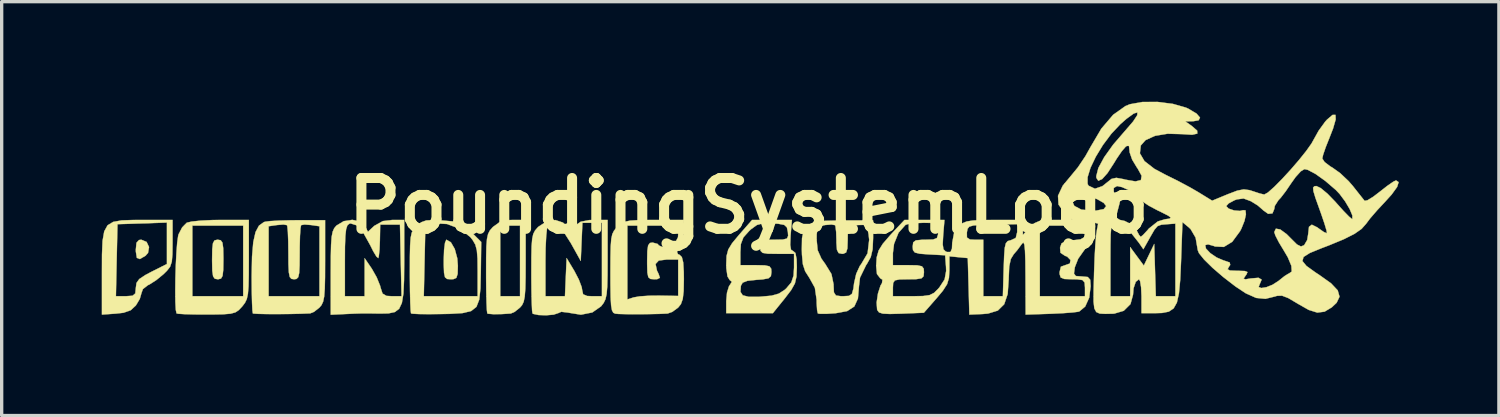
<source format=kicad_pcb>
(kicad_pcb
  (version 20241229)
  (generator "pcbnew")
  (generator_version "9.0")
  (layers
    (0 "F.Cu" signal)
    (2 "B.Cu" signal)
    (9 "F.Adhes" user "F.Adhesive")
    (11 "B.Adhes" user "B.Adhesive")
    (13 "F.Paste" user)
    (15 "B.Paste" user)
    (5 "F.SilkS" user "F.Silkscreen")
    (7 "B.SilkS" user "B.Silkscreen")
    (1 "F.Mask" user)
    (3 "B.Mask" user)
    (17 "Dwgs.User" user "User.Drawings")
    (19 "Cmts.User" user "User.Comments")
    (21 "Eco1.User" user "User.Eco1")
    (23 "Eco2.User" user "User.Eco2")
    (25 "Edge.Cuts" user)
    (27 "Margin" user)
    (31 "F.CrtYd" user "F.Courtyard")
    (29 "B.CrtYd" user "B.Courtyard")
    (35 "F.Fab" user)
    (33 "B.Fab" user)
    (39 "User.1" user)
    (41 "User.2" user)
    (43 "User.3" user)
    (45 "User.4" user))
  (footprint "PoundingSystemLogo"
    (layer "F.Cu")
    (at 19.394 3.119)
    (property "Reference" "PoundingSystemLogo" (at 0 0 0) (layer "F.SilkS") (effects (font (size 1.524 1.524) (thickness 0.3))))
    (attr through_hole)
    (fp_poly (pts (xy -18.05 1.082) (xy -17.977 1.236) (xy -18.007 1.41) (xy -18.082 1.496) (xy -18.253 1.595) (xy -18.342 1.559) (xy -18.372 1.374) (xy -18.373 1.312) (xy -18.353 1.107) (xy -18.278 1.025) (xy -18.209 1.016) (xy -18.05 1.082)) (stroke (width 0.01) (type solid)) (fill yes) (layer "F.SilkS"))
    (fp_poly (pts (xy -8.93 1.093) (xy -8.814 1.294) (xy -8.739 1.572) (xy -8.721 1.797) (xy -8.728 2.041) (xy -8.767 2.16) (xy -8.859 2.199) (xy -8.932 2.201) (xy -9.043 2.193) (xy -9.106 2.142) (xy -9.135 2.012) (xy -9.144 1.767) (xy -9.144 1.609) (xy -9.134 1.317) (xy -9.106 1.105) (xy -9.067 1.016) (xy -9.064 1.016) (xy -8.93 1.093)) (stroke (width 0.01) (type solid)) (fill yes) (layer "F.SilkS"))
    (fp_poly (pts (xy -15.828 1.032) (xy -15.777 1.104) (xy -15.754 1.269) (xy -15.748 1.561) (xy -15.748 1.609) (xy -15.753 1.92) (xy -15.773 2.099) (xy -15.82 2.18) (xy -15.904 2.201) (xy -15.917 2.201) (xy -16.006 2.185) (xy -16.057 2.113) (xy -16.081 1.949) (xy -16.087 1.656) (xy -16.087 1.609) (xy -16.082 1.297) (xy -16.061 1.119) (xy -16.015 1.037) (xy -15.931 1.016) (xy -15.917 1.016) (xy -15.828 1.032)) (stroke (width 0.01) (type solid)) (fill yes) (layer "F.SilkS"))
    (fp_poly (pts (xy -6.689 1.651) (xy -6.691 2.137) (xy -6.699 2.483) (xy -6.717 2.718) (xy -6.748 2.873) (xy -6.796 2.975) (xy -6.858 3.048) (xy -7.018 3.177) (xy -7.133 3.227) (xy -7.41 3.245) (xy -7.655 3.248) (xy -7.812 3.235) (xy -7.839 3.224) (xy -7.851 3.132) (xy -7.862 2.901) (xy -7.87 2.564) (xy -7.874 2.153) (xy -7.874 2.014) (xy -7.873 1.545) (xy -7.866 1.214) (xy -7.848 0.991) (xy -7.815 0.843) (xy -7.763 0.74) (xy -7.686 0.651) (xy -7.666 0.631) (xy -7.613 0.593) (xy -7.451 0.593) (xy -7.451 2.709) (xy -6.858 2.709) (xy -6.858 0.593) (xy -7.451 0.593) (xy -7.613 0.593) (xy -7.467 0.486) (xy -7.215 0.428) (xy -7.074 0.423) (xy -6.689 0.423) (xy -6.689 1.651)) (stroke (width 0.01) (type solid)) (fill yes) (layer "F.SilkS"))
    (fp_poly (pts (xy -14.986 1.604) (xy -14.988 2.076) (xy -14.995 2.41) (xy -15.014 2.639) (xy -15.047 2.794) (xy -15.101 2.906) (xy -15.178 3.008) (xy -15.188 3.02) (xy -15.288 3.126) (xy -15.391 3.194) (xy -15.535 3.233) (xy -15.76 3.251) (xy -16.103 3.257) (xy -16.253 3.257) (xy -16.617 3.255) (xy -16.913 3.247) (xy -17.102 3.235) (xy -17.152 3.224) (xy -17.175 3.118) (xy -17.188 2.882) (xy -17.191 2.554) (xy -17.187 2.173) (xy -17.175 1.779) (xy -17.156 1.409) (xy -17.133 1.102) (xy -17.104 0.897) (xy -17.094 0.858) (xy -16.984 0.646) (xy -16.932 0.593) (xy -16.679 0.593) (xy -16.679 2.709) (xy -15.155 2.709) (xy -15.155 0.593) (xy -16.679 0.593) (xy -16.932 0.593) (xy -16.848 0.508) (xy -16.845 0.506) (xy -16.697 0.471) (xy -16.425 0.443) (xy -16.073 0.426) (xy -15.838 0.423) (xy -14.986 0.423) (xy -14.986 1.604)) (stroke (width 0.01) (type solid)) (fill yes) (layer "F.SilkS"))
    (fp_poly (pts (xy -17.272 1.109) (xy -17.276 1.453) (xy -17.295 1.675) (xy -17.345 1.824) (xy -17.44 1.947) (xy -17.545 2.05) (xy -17.761 2.227) (xy -17.964 2.357) (xy -18.011 2.378) (xy -18.16 2.494) (xy -18.203 2.611) (xy -18.254 2.789) (xy -18.372 2.986) (xy -18.528 3.13) (xy -18.743 3.205) (xy -18.965 3.23) (xy -19.389 3.26) (xy -19.389 2.709) (xy -18.97 2.709) (xy -18.672 2.709) (xy -18.471 2.695) (xy -18.389 2.625) (xy -18.373 2.462) (xy -18.353 2.312) (xy -18.27 2.195) (xy -18.088 2.074) (xy -17.907 1.978) (xy -17.441 1.743) (xy -17.441 0.501) (xy -18.923 0.55) (xy -18.947 1.63) (xy -18.97 2.709) (xy -19.389 2.709) (xy -19.389 2.011) (xy -19.387 1.457) (xy -19.37 1.049) (xy -19.32 0.766) (xy -19.22 0.584) (xy -19.052 0.482) (xy -18.799 0.436) (xy -18.444 0.424) (xy -18.161 0.423) (xy -17.272 0.423) (xy -17.272 1.109)) (stroke (width 0.01) (type solid)) (fill yes) (layer "F.SilkS"))
    (fp_poly (pts (xy -9.188 0.439) (xy -8.872 0.467) (xy -8.66 0.521) (xy -8.491 0.625) (xy -8.326 0.779) (xy -8.021 1.083) (xy -8.033 2.001) (xy -8.044 2.478) (xy -8.08 2.811) (xy -8.164 3.027) (xy -8.323 3.153) (xy -8.581 3.215) (xy -8.964 3.238) (xy -9.222 3.243) (xy -9.587 3.247) (xy -9.883 3.244) (xy -10.074 3.234) (xy -10.125 3.224) (xy -10.137 3.132) (xy -10.148 2.901) (xy -10.152 2.709) (xy -9.742 2.709) (xy -8.128 2.709) (xy -8.128 1.954) (xy -8.132 1.582) (xy -8.152 1.334) (xy -8.197 1.164) (xy -8.277 1.026) (xy -8.346 0.939) (xy -8.653 0.693) (xy -9.044 0.545) (xy -9.442 0.522) (xy -9.694 0.55) (xy -9.742 2.709) (xy -10.152 2.709) (xy -10.156 2.563) (xy -10.16 2.15) (xy -10.16 1.99) (xy -10.159 1.516) (xy -10.152 1.181) (xy -10.135 0.955) (xy -10.104 0.807) (xy -10.054 0.706) (xy -9.98 0.623) (xy -9.953 0.597) (xy -9.819 0.492) (xy -9.669 0.438) (xy -9.449 0.426) (xy -9.188 0.439)) (stroke (width 0.01) (type solid)) (fill yes) (layer "F.SilkS"))
    (fp_poly (pts (xy -12.7 1.654) (xy -12.702 2.139) (xy -12.71 2.485) (xy -12.728 2.72) (xy -12.76 2.873) (xy -12.808 2.976) (xy -12.869 3.048) (xy -13.029 3.175) (xy -13.145 3.223) (xy -13.43 3.234) (xy -13.771 3.242) (xy -14.125 3.245) (xy -14.45 3.244) (xy -14.706 3.238) (xy -14.849 3.229) (xy -14.866 3.224) (xy -14.879 3.131) (xy -14.89 2.902) (xy -14.898 2.569) (xy -14.901 2.165) (xy -14.901 2.098) (xy -14.89 1.52) (xy -14.853 1.089) (xy -14.785 0.787) (xy -14.692 0.612) (xy -14.393 0.612) (xy -14.393 2.709) (xy -12.869 2.709) (xy -12.869 0.612) (xy -13.124 0.575) (xy -13.316 0.56) (xy -13.42 0.579) (xy -13.438 0.677) (xy -13.453 0.904) (xy -13.461 1.221) (xy -13.462 1.411) (xy -13.465 1.781) (xy -13.477 2.013) (xy -13.506 2.14) (xy -13.559 2.192) (xy -13.631 2.201) (xy -13.711 2.189) (xy -13.76 2.131) (xy -13.787 1.995) (xy -13.799 1.751) (xy -13.801 1.411) (xy -13.805 1.063) (xy -13.816 0.783) (xy -13.833 0.612) (xy -13.843 0.579) (xy -13.947 0.56) (xy -14.139 0.575) (xy -14.393 0.612) (xy -14.692 0.612) (xy -14.682 0.594) (xy -14.538 0.49) (xy -14.5 0.477) (xy -14.354 0.458) (xy -14.084 0.442) (xy -13.736 0.433) (xy -13.525 0.431) (xy -12.7 0.43) (xy -12.7 1.654)) (stroke (width 0.01) (type solid)) (fill yes) (layer "F.SilkS"))
    (fp_poly (pts (xy -11.65 0.473) (xy -11.51 0.601) (xy -11.416 0.778) (xy -11.227 0.601) (xy -10.968 0.457) (xy -10.684 0.423) (xy -10.329 0.423) (xy -10.329 1.68) (xy -10.334 2.23) (xy -10.353 2.633) (xy -10.399 2.911) (xy -10.482 3.087) (xy -10.612 3.184) (xy -10.801 3.224) (xy -11.058 3.229) (xy -11.066 3.229) (xy -11.373 3.224) (xy -11.599 3.224) (xy -11.827 3.231) (xy -12.129 3.245) (xy -12.531 3.264) (xy -12.531 2.013) (xy -12.529 1.648) (xy -12.107 1.648) (xy -12.107 2.709) (xy -11.515 2.709) (xy -11.515 1.569) (xy -11.301 1.883) (xy -11.154 2.142) (xy -11.051 2.396) (xy -11.037 2.453) (xy -10.979 2.629) (xy -10.862 2.699) (xy -10.697 2.709) (xy -10.409 2.709) (xy -10.433 1.635) (xy -10.456 0.562) (xy -10.753 0.562) (xy -11.049 0.562) (xy -11.058 1.045) (xy -11.069 1.314) (xy -11.09 1.506) (xy -11.107 1.568) (xy -11.161 1.521) (xy -11.259 1.358) (xy -11.345 1.185) (xy -11.556 0.805) (xy -11.754 0.584) (xy -11.937 0.527) (xy -11.977 0.537) (xy -12.033 0.586) (xy -12.07 0.699) (xy -12.093 0.903) (xy -12.105 1.224) (xy -12.107 1.648) (xy -12.529 1.648) (xy -12.529 1.522) (xy -12.521 1.171) (xy -12.504 0.932) (xy -12.473 0.775) (xy -12.427 0.671) (xy -12.361 0.593) (xy -12.142 0.46) (xy -11.884 0.42) (xy -11.65 0.473)) (stroke (width 0.01) (type solid)) (fill yes) (layer "F.SilkS"))
    (fp_poly (pts (xy -4.233 1.604) (xy -4.235 2.077) (xy -4.243 2.412) (xy -4.262 2.641) (xy -4.296 2.796) (xy -4.349 2.908) (xy -4.426 3.008) (xy -4.427 3.01) (xy -4.691 3.195) (xy -5.033 3.263) (xy -5.4 3.204) (xy -5.408 3.201) (xy -5.621 3.176) (xy -5.714 3.216) (xy -5.85 3.261) (xy -6.071 3.28) (xy -6.3 3.273) (xy -6.461 3.239) (xy -6.484 3.224) (xy -6.497 3.132) (xy -6.507 2.901) (xy -6.515 2.564) (xy -6.519 2.153) (xy -6.519 2.014) (xy -6.518 1.656) (xy -6.096 1.656) (xy -6.096 2.709) (xy -5.511 2.709) (xy -5.486 2.138) (xy -5.461 1.566) (xy -5.228 1.955) (xy -5.095 2.211) (xy -5.01 2.436) (xy -4.995 2.526) (xy -4.967 2.651) (xy -4.85 2.702) (xy -4.699 2.709) (xy -4.403 2.709) (xy -4.403 0.508) (xy -4.988 0.508) (xy -5.038 1.651) (xy -5.333 1.121) (xy -5.561 0.763) (xy -5.76 0.564) (xy -5.936 0.52) (xy -6.011 0.55) (xy -6.046 0.654) (xy -6.073 0.9) (xy -6.091 1.26) (xy -6.096 1.656) (xy -6.518 1.656) (xy -6.518 1.545) (xy -6.511 1.214) (xy -6.493 0.991) (xy -6.461 0.843) (xy -6.408 0.74) (xy -6.331 0.651) (xy -6.312 0.631) (xy -6.065 0.469) (xy -5.8 0.426) (xy -5.569 0.503) (xy -5.479 0.593) (xy -5.36 0.762) (xy -5.207 0.593) (xy -5.038 0.476) (xy -4.78 0.427) (xy -4.644 0.423) (xy -4.233 0.423) (xy -4.233 1.604)) (stroke (width 0.01) (type solid)) (fill yes) (layer "F.SilkS"))
    (fp_poly (pts (xy -1.947 0.743) (xy -1.981 1.007) (xy -2.062 1.225) (xy -2.073 1.243) (xy -2.153 1.38) (xy -2.125 1.447) (xy -2.073 1.47) (xy -2.007 1.538) (xy -1.967 1.697) (xy -1.95 1.978) (xy -1.947 2.199) (xy -1.954 2.559) (xy -1.981 2.793) (xy -2.036 2.946) (xy -2.117 3.048) (xy -2.293 3.178) (xy -2.434 3.228) (xy -2.682 3.239) (xy -3.004 3.246) (xy -3.35 3.249) (xy -3.668 3.247) (xy -3.906 3.241) (xy -4.003 3.232) (xy -4.062 3.205) (xy -4.102 3.131) (xy -4.128 2.983) (xy -4.142 2.737) (xy -4.148 2.366) (xy -4.149 2.022) (xy -4.147 1.551) (xy -4.14 1.219) (xy -4.123 0.994) (xy -4.091 0.845) (xy -4.039 0.742) (xy -3.963 0.653) (xy -3.941 0.631) (xy -3.898 0.593) (xy -3.641 0.593) (xy -3.641 2.805) (xy -3.45 2.744) (xy -3.268 2.713) (xy -2.982 2.694) (xy -2.688 2.691) (xy -2.117 2.701) (xy -2.117 1.609) (xy -2.455 1.609) (xy -2.7 1.64) (xy -2.796 1.744) (xy -2.754 1.94) (xy -2.706 2.038) (xy -2.665 2.158) (xy -2.747 2.198) (xy -2.833 2.201) (xy -2.949 2.192) (xy -3.013 2.139) (xy -3.041 2.003) (xy -3.048 1.746) (xy -3.048 1.651) (xy -3.042 1.352) (xy -3.018 1.186) (xy -2.965 1.114) (xy -2.886 1.101) (xy -2.737 1.14) (xy -2.694 1.188) (xy -2.6 1.23) (xy -2.391 1.18) (xy -2.197 1.083) (xy -2.123 0.942) (xy -2.117 0.838) (xy -2.117 0.593) (xy -3.641 0.593) (xy -3.898 0.593) (xy -3.836 0.538) (xy -3.721 0.478) (xy -3.557 0.443) (xy -3.308 0.428) (xy -2.934 0.423) (xy -2.84 0.423) (xy -1.947 0.423) (xy -1.947 0.743)) (stroke (width 0.01) (type solid)) (fill yes) (layer "F.SilkS"))
    (fp_poly (pts (xy 3.725 0.964) (xy 3.71 1.3) (xy 3.654 1.537) (xy 3.538 1.744) (xy 3.514 1.778) (xy 3.332 2.152) (xy 3.301 2.408) (xy 3.27 2.778) (xy 3.162 3.016) (xy 2.951 3.153) (xy 2.612 3.217) (xy 2.596 3.219) (xy 2.326 3.237) (xy 2.133 3.237) (xy 2.069 3.226) (xy 2.046 3.126) (xy 2.033 2.919) (xy 2.032 2.817) (xy 1.979 2.455) (xy 1.814 2.158) (xy 1.689 1.963) (xy 1.62 1.752) (xy 1.592 1.462) (xy 1.588 1.305) (xy 1.593 1.014) (xy 2.032 1.014) (xy 2.062 1.328) (xy 2.176 1.584) (xy 2.286 1.736) (xy 2.476 2.044) (xy 2.54 2.352) (xy 2.54 2.382) (xy 2.55 2.594) (xy 2.61 2.687) (xy 2.761 2.709) (xy 2.825 2.709) (xy 3.001 2.699) (xy 3.091 2.637) (xy 3.135 2.478) (xy 3.154 2.323) (xy 3.218 2.04) (xy 3.326 1.803) (xy 3.365 1.752) (xy 3.559 1.423) (xy 3.607 1.019) (xy 3.588 0.843) (xy 3.543 0.645) (xy 3.459 0.571) (xy 3.277 0.575) (xy 3.252 0.578) (xy 3.08 0.606) (xy 2.995 0.672) (xy 2.966 0.822) (xy 2.963 1.025) (xy 2.954 1.276) (xy 2.915 1.399) (xy 2.828 1.438) (xy 2.794 1.439) (xy 2.691 1.416) (xy 2.641 1.319) (xy 2.625 1.105) (xy 2.625 1.03) (xy 2.617 0.783) (xy 2.597 0.615) (xy 2.583 0.579) (xy 2.478 0.56) (xy 2.286 0.575) (xy 2.133 0.609) (xy 2.058 0.687) (xy 2.034 0.856) (xy 2.032 1.014) (xy 1.593 1.014) (xy 1.594 0.97) (xy 1.643 0.734) (xy 1.758 0.58) (xy 1.963 0.491) (xy 2.285 0.449) (xy 2.747 0.438) (xy 2.837 0.437) (xy 3.725 0.437) (xy 3.725 0.964)) (stroke (width 0.01) (type solid)) (fill yes) (layer "F.SilkS"))
    (fp_poly (pts (xy 1.252 0.889) (xy 1.24 1.171) (xy 1.265 1.317) (xy 1.327 1.355) (xy 1.396 1.413) (xy 1.432 1.6) (xy 1.439 1.841) (xy 1.428 2.12) (xy 1.381 2.325) (xy 1.27 2.523) (xy 1.079 2.773) (xy 0.72 3.217) (xy -0.677 3.217) (xy -0.677 2.853) (xy -0.654 2.601) (xy -0.595 2.412) (xy -0.572 2.377) (xy -0.508 2.277) (xy -0.572 2.226) (xy -0.64 2.116) (xy -0.675 1.867) (xy -0.677 1.748) (xy -0.667 1.5) (xy -0.637 1.389) (xy -0.254 1.389) (xy -0.254 1.778) (xy 0.212 1.778) (xy 0.478 1.784) (xy 0.617 1.813) (xy 0.67 1.884) (xy 0.677 1.985) (xy 0.662 2.107) (xy 0.588 2.173) (xy 0.413 2.205) (xy 0.234 2.218) (xy -0.041 2.247) (xy -0.186 2.303) (xy -0.239 2.397) (xy -0.251 2.578) (xy -0.183 2.682) (xy -0.007 2.726) (xy 0.305 2.726) (xy 0.349 2.723) (xy 0.679 2.693) (xy 0.9 2.631) (xy 1.073 2.519) (xy 1.122 2.475) (xy 1.273 2.296) (xy 1.341 2.092) (xy 1.355 1.847) (xy 1.355 1.439) (xy 0.847 1.439) (xy 0.565 1.435) (xy 0.413 1.41) (xy 0.351 1.349) (xy 0.339 1.235) (xy 0.339 1.228) (xy 0.352 1.103) (xy 0.421 1.04) (xy 0.589 1.018) (xy 0.768 1.016) (xy 1.02 1.011) (xy 1.143 0.98) (xy 1.178 0.899) (xy 1.17 0.783) (xy 1.14 0.645) (xy 1.06 0.571) (xy 0.885 0.538) (xy 0.712 0.525) (xy 0.432 0.523) (xy 0.242 0.574) (xy 0.064 0.703) (xy 0.013 0.75) (xy -0.162 0.945) (xy -0.239 1.146) (xy -0.254 1.389) (xy -0.637 1.389) (xy -0.617 1.311) (xy -0.502 1.122) (xy -0.296 0.873) (xy -0.29 0.866) (xy 0.098 0.423) (xy 1.291 0.423) (xy 1.252 0.889)) (stroke (width 0.01) (type solid)) (fill yes) (layer "F.SilkS"))
    (fp_poly (pts (xy 12.707 -3.056) (xy 13.1 -2.944) (xy 13.175 -2.91) (xy 13.42 -2.764) (xy 13.523 -2.643) (xy 13.48 -2.563) (xy 13.321 -2.536) (xy 13.081 -2.531) (xy 13.271 -2.398) (xy 13.437 -2.254) (xy 13.442 -2.165) (xy 13.288 -2.13) (xy 12.99 -2.149) (xy 12.551 -2.161) (xy 12.173 -2.098) (xy 11.89 -1.969) (xy 11.747 -1.808) (xy 11.721 -1.573) (xy 11.857 -1.341) (xy 12.158 -1.107) (xy 12.495 -0.928) (xy 12.853 -0.751) (xy 13.22 -0.555) (xy 13.469 -0.411) (xy 13.887 -0.154) (xy 14.354 -0.347) (xy 14.638 -0.455) (xy 14.834 -0.493) (xy 15.007 -0.47) (xy 15.1 -0.44) (xy 15.307 -0.372) (xy 15.443 -0.339) (xy 15.45 -0.339) (xy 15.559 -0.4) (xy 15.745 -0.565) (xy 15.98 -0.802) (xy 16.237 -1.081) (xy 16.488 -1.372) (xy 16.706 -1.644) (xy 16.864 -1.867) (xy 16.917 -1.962) (xy 17.078 -2.251) (xy 17.272 -2.519) (xy 17.326 -2.58) (xy 17.495 -2.725) (xy 17.583 -2.726) (xy 17.589 -2.589) (xy 17.511 -2.318) (xy 17.404 -2.043) (xy 17.292 -1.762) (xy 17.214 -1.535) (xy 17.187 -1.419) (xy 17.256 -1.313) (xy 17.426 -1.183) (xy 17.493 -1.144) (xy 17.723 -0.98) (xy 17.975 -0.742) (xy 18.103 -0.595) (xy 18.276 -0.376) (xy 18.407 -0.211) (xy 18.456 -0.149) (xy 18.541 -0.166) (xy 18.714 -0.272) (xy 18.914 -0.425) (xy 19.139 -0.601) (xy 19.316 -0.723) (xy 19.398 -0.762) (xy 19.476 -0.71) (xy 19.43 -0.565) (xy 19.266 -0.338) (xy 19.061 -0.112) (xy 18.826 0.14) (xy 18.62 0.379) (xy 18.499 0.54) (xy 18.365 0.691) (xy 18.152 0.84) (xy 17.835 1) (xy 17.39 1.184) (xy 17.164 1.27) (xy 16.816 1.412) (xy 16.626 1.532) (xy 16.592 1.654) (xy 16.712 1.801) (xy 16.984 1.997) (xy 17.096 2.07) (xy 17.45 2.322) (xy 17.65 2.534) (xy 17.704 2.723) (xy 17.617 2.906) (xy 17.472 3.042) (xy 17.256 3.172) (xy 17.038 3.2) (xy 16.78 3.119) (xy 16.44 2.926) (xy 16.438 2.924) (xy 16.167 2.764) (xy 15.981 2.693) (xy 15.833 2.697) (xy 15.776 2.715) (xy 15.484 2.787) (xy 15.205 2.76) (xy 14.897 2.623) (xy 14.586 2.417) (xy 14.218 2.133) (xy 13.896 1.856) (xy 13.646 1.61) (xy 13.492 1.419) (xy 13.456 1.331) (xy 13.429 1.176) (xy 13.679 1.176) (xy 13.701 1.281) (xy 13.832 1.419) (xy 14.025 1.55) (xy 14.235 1.639) (xy 14.253 1.643) (xy 14.412 1.698) (xy 14.428 1.771) (xy 14.39 1.824) (xy 14.35 1.901) (xy 14.419 1.938) (xy 14.625 1.947) (xy 14.647 1.947) (xy 14.866 1.954) (xy 14.945 1.985) (xy 14.914 2.059) (xy 14.891 2.089) (xy 14.829 2.181) (xy 14.88 2.203) (xy 15.04 2.177) (xy 15.275 2.157) (xy 15.37 2.211) (xy 15.317 2.337) (xy 15.314 2.342) (xy 15.28 2.434) (xy 15.36 2.464) (xy 15.513 2.439) (xy 15.698 2.365) (xy 15.875 2.251) (xy 15.883 2.244) (xy 16.055 2.107) (xy 16.17 2.035) (xy 16.183 2.032) (xy 16.272 1.97) (xy 16.261 1.798) (xy 16.154 1.542) (xy 16.038 1.345) (xy 15.886 1.093) (xy 15.781 0.888) (xy 15.748 0.786) (xy 15.797 0.685) (xy 15.928 0.708) (xy 16.119 0.848) (xy 16.249 0.979) (xy 16.429 1.158) (xy 16.549 1.218) (xy 16.644 1.18) (xy 16.735 1.025) (xy 16.764 0.85) (xy 16.789 0.63) (xy 16.874 0.565) (xy 17.036 0.645) (xy 17.085 0.681) (xy 17.239 0.788) (xy 17.325 0.822) (xy 17.327 0.82) (xy 17.313 0.733) (xy 17.251 0.526) (xy 17.152 0.236) (xy 17.103 0.099) (xy 16.984 -0.233) (xy 16.922 -0.438) (xy 16.912 -0.545) (xy 16.951 -0.587) (xy 17.011 -0.593) (xy 17.142 -0.531) (xy 17.343 -0.364) (xy 17.576 -0.124) (xy 17.613 -0.082) (xy 17.823 0.152) (xy 17.988 0.321) (xy 18.08 0.397) (xy 18.088 0.397) (xy 18.089 0.289) (xy 18.009 0.097) (xy 17.873 -0.132) (xy 17.709 -0.353) (xy 17.596 -0.473) (xy 17.278 -0.746) (xy 16.986 -0.955) (xy 16.753 -1.078) (xy 16.654 -1.101) (xy 16.543 -1.034) (xy 16.387 -0.862) (xy 16.26 -0.684) (xy 16.093 -0.438) (xy 15.943 -0.243) (xy 15.87 -0.165) (xy 15.764 0.002) (xy 15.748 0.095) (xy 15.694 0.227) (xy 15.566 0.24) (xy 15.412 0.13) (xy 15.405 0.121) (xy 15.252 -0.012) (xy 15.047 -0.139) (xy 14.828 -0.22) (xy 14.627 -0.193) (xy 14.554 -0.166) (xy 14.383 -0.074) (xy 14.309 0.007) (xy 14.309 0.009) (xy 14.38 0.083) (xy 14.543 0.138) (xy 14.72 0.153) (xy 14.812 0.13) (xy 14.886 0.135) (xy 14.899 0.255) (xy 14.856 0.451) (xy 14.763 0.683) (xy 14.721 0.763) (xy 14.488 1.079) (xy 14.237 1.232) (xy 13.973 1.219) (xy 13.931 1.202) (xy 13.765 1.155) (xy 13.679 1.176) (xy 13.429 1.176) (xy 13.391 0.954) (xy 13.242 0.699) (xy 13.186 0.646) (xy 12.996 0.488) (xy 12.954 1.675) (xy 12.929 2.222) (xy 12.891 2.623) (xy 12.83 2.899) (xy 12.732 3.074) (xy 12.588 3.171) (xy 12.386 3.211) (xy 12.179 3.217) (xy 11.769 3.217) (xy 11.769 2.709) (xy 11.757 2.441) (xy 11.727 2.257) (xy 11.693 2.201) (xy 11.597 2.277) (xy 11.531 2.472) (xy 11.515 2.665) (xy 11.439 2.945) (xy 11.237 3.146) (xy 10.947 3.232) (xy 10.921 3.233) (xy 10.684 3.238) (xy 10.519 3.23) (xy 10.413 3.183) (xy 10.355 3.073) (xy 10.332 2.873) (xy 10.333 2.56) (xy 10.345 2.106) (xy 10.347 2.011) (xy 10.362 1.609) (xy 10.837 1.609) (xy 10.837 2.709) (xy 11.43 2.709) (xy 11.43 1.237) (xy 11.634 1.514) (xy 11.839 1.791) (xy 11.994 1.467) (xy 12.15 1.143) (xy 12.174 1.926) (xy 12.198 2.709) (xy 12.785 2.709) (xy 12.785 0.533) (xy 12.552 0.55) (xy 12.364 0.566) (xy 12.25 0.608) (xy 12.158 0.715) (xy 12.037 0.924) (xy 12.024 0.947) (xy 11.825 1.301) (xy 11.691 1.107) (xy 11.423 0.768) (xy 11.182 0.565) (xy 11.011 0.508) (xy 10.94 0.517) (xy 10.892 0.56) (xy 10.861 0.666) (xy 10.845 0.861) (xy 10.839 1.173) (xy 10.837 1.609) (xy 10.362 1.609) (xy 10.363 1.565) (xy 10.385 1.172) (xy 10.411 0.866) (xy 10.439 0.683) (xy 10.447 0.656) (xy 10.468 0.536) (xy 10.381 0.508) (xy 10.285 0.559) (xy 10.247 0.732) (xy 10.245 0.821) (xy 10.177 1.151) (xy 10.035 1.353) (xy 9.871 1.586) (xy 9.77 1.842) (xy 9.77 1.845) (xy 9.745 2.03) (xy 9.801 2.104) (xy 9.978 2.117) (xy 9.98 2.117) (xy 10.159 2.133) (xy 10.231 2.215) (xy 10.245 2.409) (xy 10.201 2.753) (xy 10.081 3.019) (xy 9.906 3.165) (xy 9.87 3.175) (xy 9.705 3.196) (xy 9.424 3.217) (xy 9.082 3.234) (xy 8.996 3.237) (xy 8.297 3.26) (xy 8.292 2.117) (xy 8.288 1.655) (xy 8.277 1.344) (xy 8.259 1.165) (xy 8.231 1.1) (xy 8.19 1.13) (xy 8.187 1.136) (xy 8.044 1.33) (xy 7.938 1.453) (xy 7.851 1.596) (xy 7.804 1.82) (xy 7.789 2.169) (xy 7.789 2.197) (xy 7.758 2.643) (xy 7.654 2.95) (xy 7.463 3.139) (xy 7.169 3.229) (xy 7.009 3.243) (xy 6.609 3.26) (xy 6.586 2.413) (xy 6.562 1.566) (xy 6.287 1.54) (xy 6.011 1.513) (xy 6.011 1.922) (xy 5.998 2.161) (xy 5.942 2.349) (xy 5.814 2.547) (xy 5.629 2.768) (xy 5.247 3.204) (xy 4.57 3.232) (xy 4.227 3.241) (xy 4.016 3.231) (xy 3.903 3.195) (xy 3.851 3.127) (xy 3.845 3.11) (xy 3.83 2.899) (xy 3.87 2.628) (xy 3.947 2.39) (xy 3.991 2.317) (xy 4.004 2.213) (xy 3.939 2.172) (xy 3.84 2.044) (xy 3.816 1.802) (xy 3.833 1.542) (xy 3.869 1.416) (xy 4.318 1.416) (xy 4.318 1.778) (xy 4.784 1.778) (xy 5.05 1.783) (xy 5.189 1.813) (xy 5.242 1.884) (xy 5.249 1.99) (xy 5.237 2.111) (xy 5.173 2.174) (xy 5.016 2.198) (xy 4.784 2.201) (xy 4.517 2.206) (xy 4.379 2.234) (xy 4.326 2.308) (xy 4.318 2.451) (xy 4.318 2.709) (xy 4.903 2.709) (xy 5.218 2.704) (xy 5.417 2.676) (xy 5.553 2.608) (xy 5.678 2.483) (xy 5.712 2.444) (xy 5.868 2.205) (xy 5.914 1.952) (xy 5.91 1.83) (xy 5.884 1.482) (xy 5.397 1.456) (xy 5.123 1.436) (xy 4.977 1.4) (xy 4.92 1.328) (xy 4.911 1.223) (xy 4.927 1.095) (xy 5.007 1.035) (xy 5.194 1.017) (xy 5.292 1.016) (xy 5.526 1.009) (xy 5.637 0.966) (xy 5.671 0.858) (xy 5.673 0.762) (xy 5.664 0.614) (xy 5.61 0.539) (xy 5.469 0.512) (xy 5.228 0.509) (xy 4.959 0.521) (xy 4.757 0.55) (xy 4.694 0.573) (xy 4.486 0.807) (xy 4.352 1.14) (xy 4.318 1.416) (xy 3.869 1.416) (xy 3.891 1.338) (xy 4.016 1.137) (xy 4.233 0.885) (xy 4.301 0.811) (xy 4.666 0.423) (xy 5.863 0.423) (xy 5.825 0.883) (xy 5.811 1.154) (xy 5.833 1.302) (xy 5.901 1.369) (xy 5.941 1.383) (xy 6.044 1.383) (xy 6.088 1.283) (xy 6.096 1.107) (xy 6.154 0.797) (xy 6.535 0.797) (xy 6.537 0.95) (xy 6.628 1.009) (xy 6.768 1.016) (xy 7.027 1.016) (xy 7.027 2.709) (xy 7.614 2.709) (xy 7.638 1.884) (xy 7.652 1.504) (xy 7.67 1.261) (xy 7.703 1.124) (xy 7.757 1.058) (xy 7.841 1.033) (xy 7.853 1.031) (xy 8 0.963) (xy 8.043 0.788) (xy 8.043 0.777) (xy 8.043 0.55) (xy 7.303 0.564) (xy 6.948 0.572) (xy 6.728 0.589) (xy 6.608 0.624) (xy 6.556 0.688) (xy 6.536 0.791) (xy 6.535 0.797) (xy 6.154 0.797) (xy 6.154 0.797) (xy 6.292 0.607) (xy 6.399 0.523) (xy 6.53 0.469) (xy 6.721 0.439) (xy 7.012 0.426) (xy 7.35 0.423) (xy 8.213 0.423) (xy 8.213 0.871) (xy 8.42 0.647) (xy 8.48 0.593) (xy 8.721 0.593) (xy 8.721 2.709) (xy 10.075 2.709) (xy 10.075 2.455) (xy 10.064 2.299) (xy 10.001 2.225) (xy 9.838 2.203) (xy 9.694 2.201) (xy 9.459 2.193) (xy 9.348 2.149) (xy 9.315 2.047) (xy 9.313 1.99) (xy 9.353 1.824) (xy 9.483 1.778) (xy 9.622 1.729) (xy 9.641 1.624) (xy 9.541 1.522) (xy 9.476 1.498) (xy 9.341 1.407) (xy 9.328 1.255) (xy 9.373 1.126) (xy 9.494 1.061) (xy 9.716 1.032) (xy 9.943 1.004) (xy 10.048 0.944) (xy 10.075 0.821) (xy 10.075 0.799) (xy 10.068 0.697) (xy 10.021 0.635) (xy 9.902 0.605) (xy 9.674 0.594) (xy 9.398 0.593) (xy 8.721 0.593) (xy 8.48 0.593) (xy 8.559 0.521) (xy 8.714 0.453) (xy 8.943 0.427) (xy 9.16 0.423) (xy 9.693 0.423) (xy 9.452 0.2) (xy 9.282 -0.038) (xy 9.268 -0.275) (xy 9.661 -0.275) (xy 9.668 -0.194) (xy 9.755 0.002) (xy 9.968 0.114) (xy 10.319 0.145) (xy 10.414 0.142) (xy 10.637 0.099) (xy 10.71 0.007) (xy 10.636 -0.088) (xy 10.443 -0.198) (xy 10.287 -0.261) (xy 9.967 -0.368) (xy 9.775 -0.407) (xy 9.683 -0.378) (xy 9.661 -0.275) (xy 9.268 -0.275) (xy 9.267 -0.302) (xy 9.322 -0.419) (xy 10.936 -0.419) (xy 11.027 -0.317) (xy 11.044 -0.31) (xy 11.12 -0.239) (xy 11.113 -0.085) (xy 11.087 0.016) (xy 11.025 0.248) (xy 11.03 0.366) (xy 11.12 0.422) (xy 11.262 0.453) (xy 11.51 0.576) (xy 11.614 0.718) (xy 11.696 0.873) (xy 11.745 0.931) (xy 11.816 0.873) (xy 11.95 0.729) (xy 11.989 0.682) (xy 12.256 0.469) (xy 12.47 0.403) (xy 12.61 0.384) (xy 12.648 0.354) (xy 12.57 0.295) (xy 12.359 0.188) (xy 12.249 0.135) (xy 11.987 -0.005) (xy 11.792 -0.135) (xy 11.712 -0.219) (xy 11.604 -0.336) (xy 11.405 -0.463) (xy 11.185 -0.561) (xy 11.036 -0.593) (xy 10.938 -0.536) (xy 10.936 -0.419) (xy 9.322 -0.419) (xy 9.408 -0.603) (xy 9.453 -0.657) (xy 10.152 -0.657) (xy 10.184 -0.602) (xy 10.374 -0.513) (xy 10.598 -0.59) (xy 10.728 -0.694) (xy 10.872 -0.808) (xy 11.014 -0.839) (xy 11.229 -0.8) (xy 11.283 -0.785) (xy 11.588 -0.732) (xy 11.751 -0.771) (xy 11.773 -0.901) (xy 11.652 -1.121) (xy 11.629 -1.152) (xy 11.489 -1.385) (xy 11.413 -1.605) (xy 11.409 -1.653) (xy 11.393 -1.796) (xy 11.328 -1.795) (xy 11.288 -1.765) (xy 11.177 -1.636) (xy 11.028 -1.418) (xy 10.942 -1.277) (xy 10.75 -0.981) (xy 10.59 -0.802) (xy 10.474 -0.751) (xy 10.417 -0.838) (xy 10.414 -0.892) (xy 10.476 -1.134) (xy 10.651 -1.457) (xy 10.92 -1.834) (xy 11.267 -2.237) (xy 11.271 -2.241) (xy 11.518 -2.528) (xy 11.642 -2.717) (xy 11.646 -2.8) (xy 11.537 -2.767) (xy 11.321 -2.61) (xy 11.136 -2.448) (xy 10.863 -2.158) (xy 10.612 -1.822) (xy 10.399 -1.472) (xy 10.24 -1.14) (xy 10.153 -0.857) (xy 10.152 -0.657) (xy 9.453 -0.657) (xy 9.645 -0.888) (xy 9.862 -1.152) (xy 10.088 -1.489) (xy 10.239 -1.759) (xy 10.566 -2.314) (xy 10.92 -2.729) (xy 11.291 -2.992) (xy 11.422 -3.045) (xy 11.795 -3.112) (xy 12.248 -3.114) (xy 12.707 -3.056)) (stroke (width 0.01) (type solid)) (fill yes) (layer "F.SilkS")))
  (gr_rect
    (start -3 -3)
    (end 41.875 9.404)
    (stroke (width 0.1) (type default))
    (fill no)
    (layer "Edge.Cuts")))
</source>
